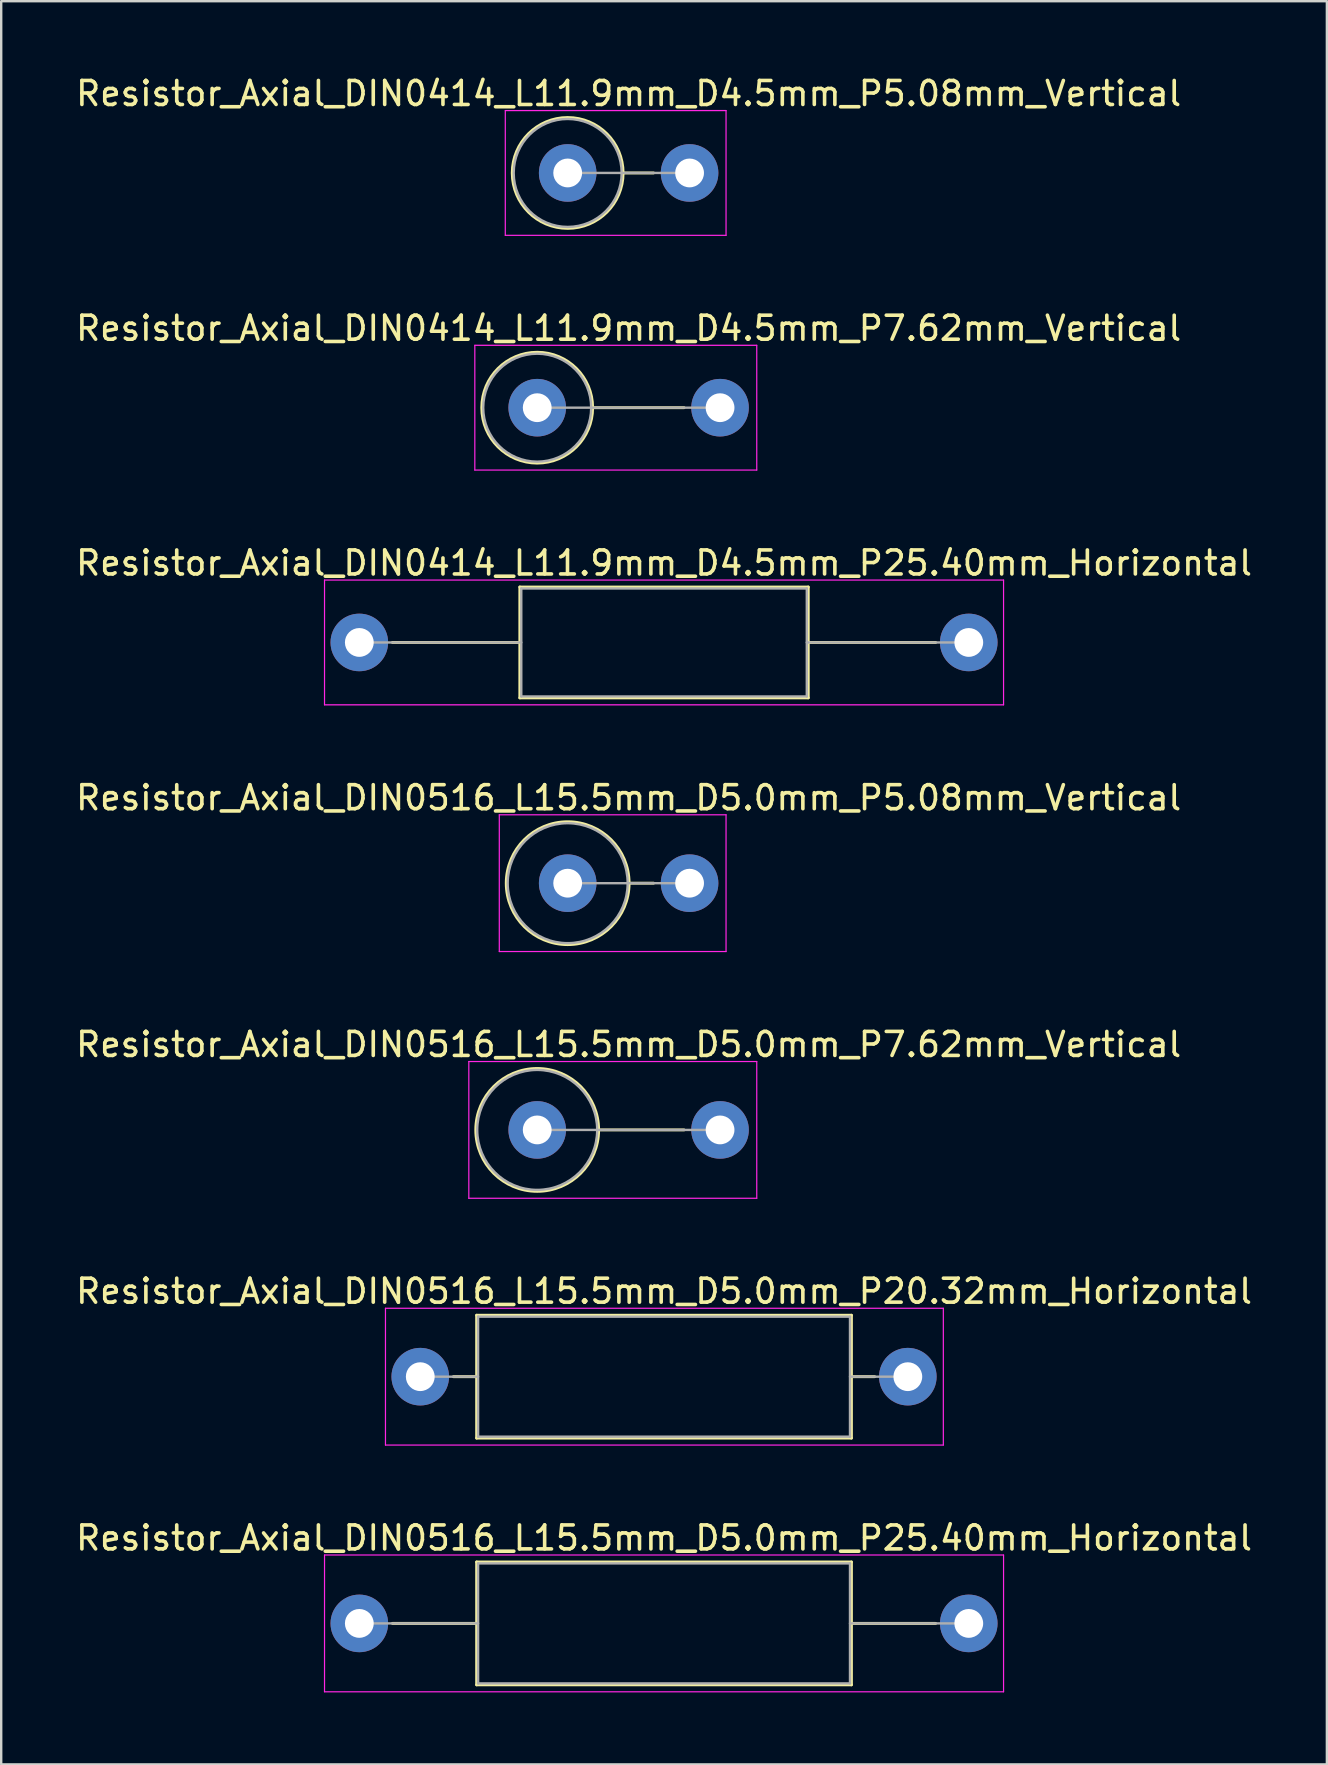
<source format=kicad_pcb>
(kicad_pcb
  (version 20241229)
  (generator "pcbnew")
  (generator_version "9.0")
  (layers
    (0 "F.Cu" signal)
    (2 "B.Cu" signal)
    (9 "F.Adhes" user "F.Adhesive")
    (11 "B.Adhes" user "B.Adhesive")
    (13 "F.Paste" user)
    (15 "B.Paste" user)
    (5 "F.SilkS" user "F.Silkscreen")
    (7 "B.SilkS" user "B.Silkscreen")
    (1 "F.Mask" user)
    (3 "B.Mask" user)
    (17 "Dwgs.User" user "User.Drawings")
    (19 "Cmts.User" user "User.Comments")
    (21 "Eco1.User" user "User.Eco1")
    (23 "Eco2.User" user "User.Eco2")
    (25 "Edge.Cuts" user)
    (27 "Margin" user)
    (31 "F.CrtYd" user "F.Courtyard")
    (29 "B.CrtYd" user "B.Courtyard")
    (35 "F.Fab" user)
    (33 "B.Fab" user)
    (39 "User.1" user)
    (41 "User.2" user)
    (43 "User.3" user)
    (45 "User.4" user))
  (footprint "Resistor_Axial_DIN0414_L11.9mm_D4.5mm_P25.40mm_Horizontal"
    (layer "F.Cu")
    (at 11.925 23.725)
    (property "Reference" "Resistor_Axial_DIN0414_L11.9mm_D4.5mm_P25.40mm_Horizontal" (at 12.7 -3.31 0) (layer "F.SilkS") (effects (font (size 1 1) (thickness 0.15))))
    (attr through_hole)
    (fp_line (start 1.38 0) (end 6.69 0) (stroke (width 0.12) (type solid)) (layer "F.SilkS"))
    (fp_line (start 6.69 -2.31) (end 6.69 2.31) (stroke (width 0.12) (type solid)) (layer "F.SilkS"))
    (fp_line (start 6.69 2.31) (end 18.71 2.31) (stroke (width 0.12) (type solid)) (layer "F.SilkS"))
    (fp_line (start 18.71 -2.31) (end 6.69 -2.31) (stroke (width 0.12) (type solid)) (layer "F.SilkS"))
    (fp_line (start 18.71 2.31) (end 18.71 -2.31) (stroke (width 0.12) (type solid)) (layer "F.SilkS"))
    (fp_line (start 24.02 0) (end 18.71 0) (stroke (width 0.12) (type solid)) (layer "F.SilkS"))
    (fp_line (start -1.45 -2.6) (end -1.45 2.6) (stroke (width 0.05) (type solid)) (layer "F.CrtYd"))
    (fp_line (start -1.45 2.6) (end 26.85 2.6) (stroke (width 0.05) (type solid)) (layer "F.CrtYd"))
    (fp_line (start 26.85 -2.6) (end -1.45 -2.6) (stroke (width 0.05) (type solid)) (layer "F.CrtYd"))
    (fp_line (start 26.85 2.6) (end 26.85 -2.6) (stroke (width 0.05) (type solid)) (layer "F.CrtYd"))
    (fp_line (start 0 0) (end 6.75 0) (stroke (width 0.1) (type solid)) (layer "F.Fab"))
    (fp_line (start 6.75 -2.25) (end 6.75 2.25) (stroke (width 0.1) (type solid)) (layer "F.Fab"))
    (fp_line (start 6.75 2.25) (end 18.65 2.25) (stroke (width 0.1) (type solid)) (layer "F.Fab"))
    (fp_line (start 18.65 -2.25) (end 6.75 -2.25) (stroke (width 0.1) (type solid)) (layer "F.Fab"))
    (fp_line (start 18.65 2.25) (end 18.65 -2.25) (stroke (width 0.1) (type solid)) (layer "F.Fab"))
    (fp_line (start 25.4 0) (end 18.65 0) (stroke (width 0.1) (type solid)) (layer "F.Fab"))
    (pad "1" thru_hole circle (at 0 0) (size 2.4 2.4) (drill 1.2) (layers "*.Cu" "*.Mask"))
    (pad "2" thru_hole oval (at 25.4 0) (size 2.4 2.4) (drill 1.2) (layers "*.Cu" "*.Mask")))
  (footprint "Resistor_Axial_DIN0516_L15.5mm_D5.0mm_P20.32mm_Horizontal"
    (layer "F.Cu")
    (at 14.465 54.325)
    (property "Reference" "Resistor_Axial_DIN0516_L15.5mm_D5.0mm_P20.32mm_Horizontal" (at 10.16 -3.56 0) (layer "F.SilkS") (effects (font (size 1 1) (thickness 0.15))))
    (attr through_hole)
    (fp_line (start 1.38 0) (end 2.35 0) (stroke (width 0.12) (type solid)) (layer "F.SilkS"))
    (fp_line (start 2.35 -2.56) (end 2.35 2.56) (stroke (width 0.12) (type solid)) (layer "F.SilkS"))
    (fp_line (start 2.35 2.56) (end 17.97 2.56) (stroke (width 0.12) (type solid)) (layer "F.SilkS"))
    (fp_line (start 17.97 -2.56) (end 2.35 -2.56) (stroke (width 0.12) (type solid)) (layer "F.SilkS"))
    (fp_line (start 17.97 2.56) (end 17.97 -2.56) (stroke (width 0.12) (type solid)) (layer "F.SilkS"))
    (fp_line (start 18.94 0) (end 17.97 0) (stroke (width 0.12) (type solid)) (layer "F.SilkS"))
    (fp_line (start -1.45 -2.85) (end -1.45 2.85) (stroke (width 0.05) (type solid)) (layer "F.CrtYd"))
    (fp_line (start -1.45 2.85) (end 21.8 2.85) (stroke (width 0.05) (type solid)) (layer "F.CrtYd"))
    (fp_line (start 21.8 -2.85) (end -1.45 -2.85) (stroke (width 0.05) (type solid)) (layer "F.CrtYd"))
    (fp_line (start 21.8 2.85) (end 21.8 -2.85) (stroke (width 0.05) (type solid)) (layer "F.CrtYd"))
    (fp_line (start 0 0) (end 2.41 0) (stroke (width 0.1) (type solid)) (layer "F.Fab"))
    (fp_line (start 2.41 -2.5) (end 2.41 2.5) (stroke (width 0.1) (type solid)) (layer "F.Fab"))
    (fp_line (start 2.41 2.5) (end 17.91 2.5) (stroke (width 0.1) (type solid)) (layer "F.Fab"))
    (fp_line (start 17.91 -2.5) (end 2.41 -2.5) (stroke (width 0.1) (type solid)) (layer "F.Fab"))
    (fp_line (start 17.91 2.5) (end 17.91 -2.5) (stroke (width 0.1) (type solid)) (layer "F.Fab"))
    (fp_line (start 20.32 0) (end 17.91 0) (stroke (width 0.1) (type solid)) (layer "F.Fab"))
    (pad "1" thru_hole circle (at 0 0) (size 2.4 2.4) (drill 1.2) (layers "*.Cu" "*.Mask"))
    (pad "2" thru_hole oval (at 20.32 0) (size 2.4 2.4) (drill 1.2) (layers "*.Cu" "*.Mask")))
  (footprint "Resistor_Axial_DIN0414_L11.9mm_D4.5mm_P5.08mm_Vertical"
    (layer "F.Cu")
    (at 20.609 4.158)
    (property "Reference" "Resistor_Axial_DIN0414_L11.9mm_D4.5mm_P5.08mm_Vertical" (at 2.54 -3.31 0) (layer "F.SilkS") (effects (font (size 1 1) (thickness 0.15))))
    (attr through_hole)
    (fp_line (start 2.31 0) (end 3.58 0) (stroke (width 0.12) (type solid)) (layer "F.SilkS"))
    (fp_circle (center 0 0) (end 2.31 0) (stroke (width 0.12) (type solid)) (fill no) (layer "F.SilkS"))
    (fp_line (start -2.6 -2.6) (end -2.6 2.6) (stroke (width 0.05) (type solid)) (layer "F.CrtYd"))
    (fp_line (start -2.6 2.6) (end 6.6 2.6) (stroke (width 0.05) (type solid)) (layer "F.CrtYd"))
    (fp_line (start 6.6 -2.6) (end -2.6 -2.6) (stroke (width 0.05) (type solid)) (layer "F.CrtYd"))
    (fp_line (start 6.6 2.6) (end 6.6 -2.6) (stroke (width 0.05) (type solid)) (layer "F.CrtYd"))
    (fp_line (start 0 0) (end 5.08 0) (stroke (width 0.1) (type solid)) (layer "F.Fab"))
    (fp_circle (center 0 0) (end 2.25 0) (stroke (width 0.1) (type solid)) (fill no) (layer "F.Fab"))
    (pad "1" thru_hole circle (at 0 0) (size 2.4 2.4) (drill 1.2) (layers "*.Cu" "*.Mask"))
    (pad "2" thru_hole oval (at 5.08 0) (size 2.4 2.4) (drill 1.2) (layers "*.Cu" "*.Mask")))
  (footprint "Resistor_Axial_DIN0516_L15.5mm_D5.0mm_P5.08mm_Vertical"
    (layer "F.Cu")
    (at 20.609 33.758)
    (property "Reference" "Resistor_Axial_DIN0516_L15.5mm_D5.0mm_P5.08mm_Vertical" (at 2.54 -3.56 0) (layer "F.SilkS") (effects (font (size 1 1) (thickness 0.15))))
    (attr through_hole)
    (fp_line (start 2.56 0) (end 3.58 0) (stroke (width 0.12) (type solid)) (layer "F.SilkS"))
    (fp_circle (center 0 0) (end 2.56 0) (stroke (width 0.12) (type solid)) (fill no) (layer "F.SilkS"))
    (fp_line (start -2.85 -2.85) (end -2.85 2.85) (stroke (width 0.05) (type solid)) (layer "F.CrtYd"))
    (fp_line (start -2.85 2.85) (end 6.6 2.85) (stroke (width 0.05) (type solid)) (layer "F.CrtYd"))
    (fp_line (start 6.6 -2.85) (end -2.85 -2.85) (stroke (width 0.05) (type solid)) (layer "F.CrtYd"))
    (fp_line (start 6.6 2.85) (end 6.6 -2.85) (stroke (width 0.05) (type solid)) (layer "F.CrtYd"))
    (fp_line (start 0 0) (end 5.08 0) (stroke (width 0.1) (type solid)) (layer "F.Fab"))
    (fp_circle (center 0 0) (end 2.5 0) (stroke (width 0.1) (type solid)) (fill no) (layer "F.Fab"))
    (pad "1" thru_hole circle (at 0 0) (size 2.4 2.4) (drill 1.2) (layers "*.Cu" "*.Mask"))
    (pad "2" thru_hole oval (at 5.08 0) (size 2.4 2.4) (drill 1.2) (layers "*.Cu" "*.Mask")))
  (footprint "Resistor_Axial_DIN0516_L15.5mm_D5.0mm_P7.62mm_Vertical"
    (layer "F.Cu")
    (at 19.339 44.041)
    (property "Reference" "Resistor_Axial_DIN0516_L15.5mm_D5.0mm_P7.62mm_Vertical" (at 3.81 -3.56 0) (layer "F.SilkS") (effects (font (size 1 1) (thickness 0.15))))
    (attr through_hole)
    (fp_line (start 2.56 0) (end 6.12 0) (stroke (width 0.12) (type solid)) (layer "F.SilkS"))
    (fp_circle (center 0 0) (end 2.56 0) (stroke (width 0.12) (type solid)) (fill no) (layer "F.SilkS"))
    (fp_line (start -2.85 -2.85) (end -2.85 2.85) (stroke (width 0.05) (type solid)) (layer "F.CrtYd"))
    (fp_line (start -2.85 2.85) (end 9.15 2.85) (stroke (width 0.05) (type solid)) (layer "F.CrtYd"))
    (fp_line (start 9.15 -2.85) (end -2.85 -2.85) (stroke (width 0.05) (type solid)) (layer "F.CrtYd"))
    (fp_line (start 9.15 2.85) (end 9.15 -2.85) (stroke (width 0.05) (type solid)) (layer "F.CrtYd"))
    (fp_line (start 0 0) (end 7.62 0) (stroke (width 0.1) (type solid)) (layer "F.Fab"))
    (fp_circle (center 0 0) (end 2.5 0) (stroke (width 0.1) (type solid)) (fill no) (layer "F.Fab"))
    (pad "1" thru_hole circle (at 0 0) (size 2.4 2.4) (drill 1.2) (layers "*.Cu" "*.Mask"))
    (pad "2" thru_hole oval (at 7.62 0) (size 2.4 2.4) (drill 1.2) (layers "*.Cu" "*.Mask")))
  (footprint "Resistor_Axial_DIN0414_L11.9mm_D4.5mm_P7.62mm_Vertical"
    (layer "F.Cu")
    (at 19.339 13.941)
    (property "Reference" "Resistor_Axial_DIN0414_L11.9mm_D4.5mm_P7.62mm_Vertical" (at 3.81 -3.31 0) (layer "F.SilkS") (effects (font (size 1 1) (thickness 0.15))))
    (attr through_hole)
    (fp_line (start 2.31 0) (end 6.12 0) (stroke (width 0.12) (type solid)) (layer "F.SilkS"))
    (fp_circle (center 0 0) (end 2.31 0) (stroke (width 0.12) (type solid)) (fill no) (layer "F.SilkS"))
    (fp_line (start -2.6 -2.6) (end -2.6 2.6) (stroke (width 0.05) (type solid)) (layer "F.CrtYd"))
    (fp_line (start -2.6 2.6) (end 9.15 2.6) (stroke (width 0.05) (type solid)) (layer "F.CrtYd"))
    (fp_line (start 9.15 -2.6) (end -2.6 -2.6) (stroke (width 0.05) (type solid)) (layer "F.CrtYd"))
    (fp_line (start 9.15 2.6) (end 9.15 -2.6) (stroke (width 0.05) (type solid)) (layer "F.CrtYd"))
    (fp_line (start 0 0) (end 7.62 0) (stroke (width 0.1) (type solid)) (layer "F.Fab"))
    (fp_circle (center 0 0) (end 2.25 0) (stroke (width 0.1) (type solid)) (fill no) (layer "F.Fab"))
    (pad "1" thru_hole circle (at 0 0) (size 2.4 2.4) (drill 1.2) (layers "*.Cu" "*.Mask"))
    (pad "2" thru_hole oval (at 7.62 0) (size 2.4 2.4) (drill 1.2) (layers "*.Cu" "*.Mask")))
  (footprint "Resistor_Axial_DIN0516_L15.5mm_D5.0mm_P25.40mm_Horizontal"
    (layer "F.Cu")
    (at 11.925 64.608)
    (property "Reference" "Resistor_Axial_DIN0516_L15.5mm_D5.0mm_P25.40mm_Horizontal" (at 12.7 -3.56 0) (layer "F.SilkS") (effects (font (size 1 1) (thickness 0.15))))
    (attr through_hole)
    (fp_line (start 1.38 0) (end 4.89 0) (stroke (width 0.12) (type solid)) (layer "F.SilkS"))
    (fp_line (start 4.89 -2.56) (end 4.89 2.56) (stroke (width 0.12) (type solid)) (layer "F.SilkS"))
    (fp_line (start 4.89 2.56) (end 20.51 2.56) (stroke (width 0.12) (type solid)) (layer "F.SilkS"))
    (fp_line (start 20.51 -2.56) (end 4.89 -2.56) (stroke (width 0.12) (type solid)) (layer "F.SilkS"))
    (fp_line (start 20.51 2.56) (end 20.51 -2.56) (stroke (width 0.12) (type solid)) (layer "F.SilkS"))
    (fp_line (start 24.02 0) (end 20.51 0) (stroke (width 0.12) (type solid)) (layer "F.SilkS"))
    (fp_line (start -1.45 -2.85) (end -1.45 2.85) (stroke (width 0.05) (type solid)) (layer "F.CrtYd"))
    (fp_line (start -1.45 2.85) (end 26.85 2.85) (stroke (width 0.05) (type solid)) (layer "F.CrtYd"))
    (fp_line (start 26.85 -2.85) (end -1.45 -2.85) (stroke (width 0.05) (type solid)) (layer "F.CrtYd"))
    (fp_line (start 26.85 2.85) (end 26.85 -2.85) (stroke (width 0.05) (type solid)) (layer "F.CrtYd"))
    (fp_line (start 0 0) (end 4.95 0) (stroke (width 0.1) (type solid)) (layer "F.Fab"))
    (fp_line (start 4.95 -2.5) (end 4.95 2.5) (stroke (width 0.1) (type solid)) (layer "F.Fab"))
    (fp_line (start 4.95 2.5) (end 20.45 2.5) (stroke (width 0.1) (type solid)) (layer "F.Fab"))
    (fp_line (start 20.45 -2.5) (end 4.95 -2.5) (stroke (width 0.1) (type solid)) (layer "F.Fab"))
    (fp_line (start 20.45 2.5) (end 20.45 -2.5) (stroke (width 0.1) (type solid)) (layer "F.Fab"))
    (fp_line (start 25.4 0) (end 20.45 0) (stroke (width 0.1) (type solid)) (layer "F.Fab"))
    (pad "1" thru_hole circle (at 0 0) (size 2.4 2.4) (drill 1.2) (layers "*.Cu" "*.Mask"))
    (pad "2" thru_hole oval (at 25.4 0) (size 2.4 2.4) (drill 1.2) (layers "*.Cu" "*.Mask")))
  (gr_rect
    (start -3 -3)
    (end 52.25 70.483)
    (stroke (width 0.1) (type default))
    (fill no)
    (layer "Edge.Cuts")))
</source>
